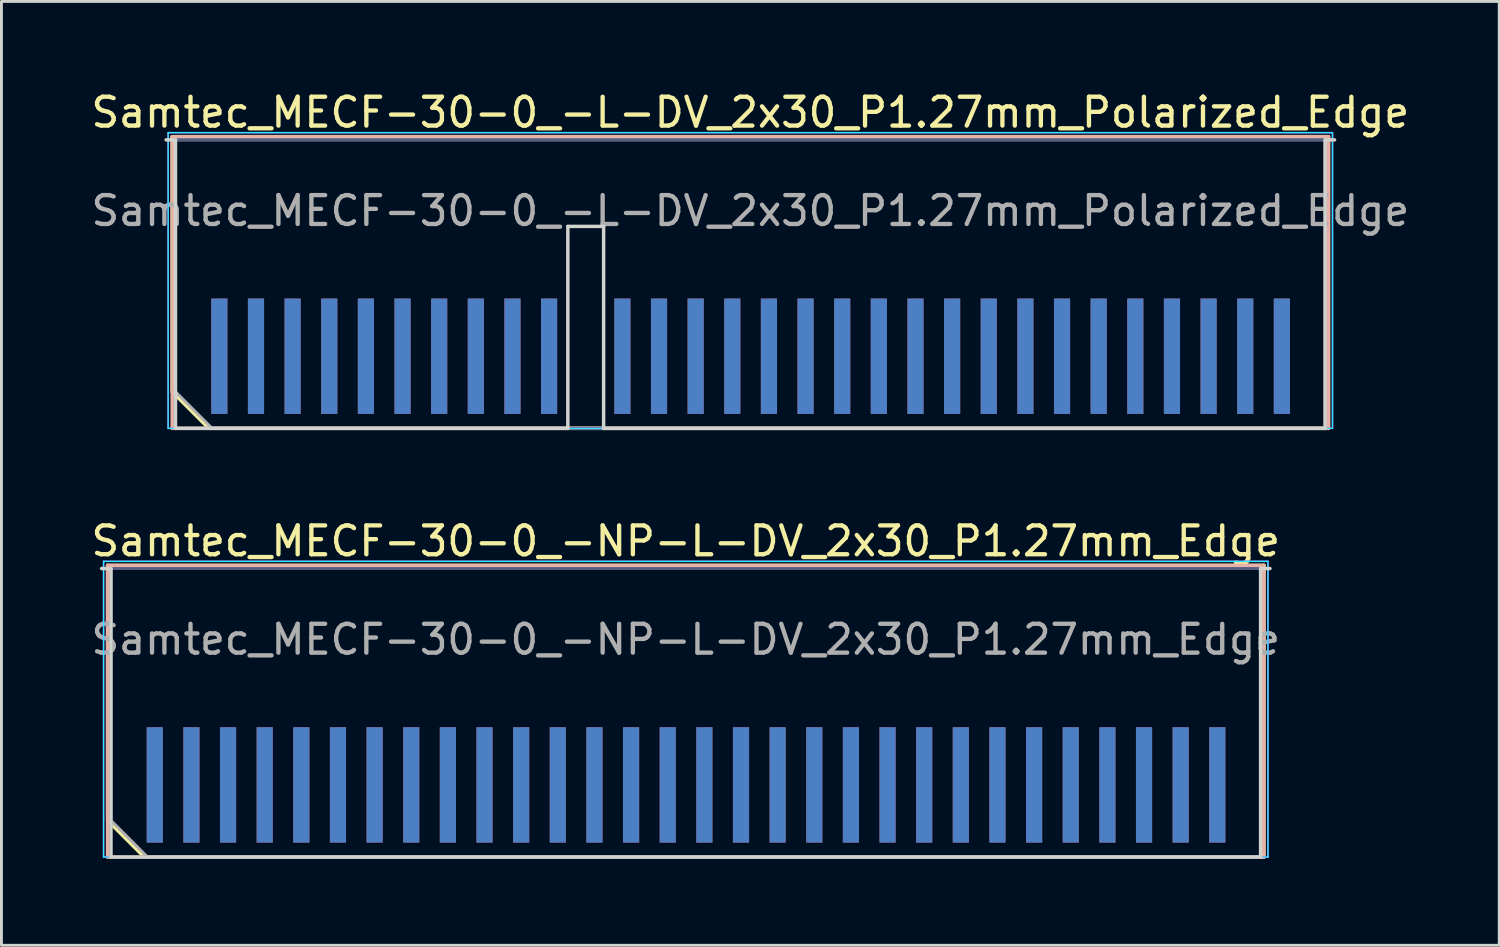
<source format=kicad_pcb>
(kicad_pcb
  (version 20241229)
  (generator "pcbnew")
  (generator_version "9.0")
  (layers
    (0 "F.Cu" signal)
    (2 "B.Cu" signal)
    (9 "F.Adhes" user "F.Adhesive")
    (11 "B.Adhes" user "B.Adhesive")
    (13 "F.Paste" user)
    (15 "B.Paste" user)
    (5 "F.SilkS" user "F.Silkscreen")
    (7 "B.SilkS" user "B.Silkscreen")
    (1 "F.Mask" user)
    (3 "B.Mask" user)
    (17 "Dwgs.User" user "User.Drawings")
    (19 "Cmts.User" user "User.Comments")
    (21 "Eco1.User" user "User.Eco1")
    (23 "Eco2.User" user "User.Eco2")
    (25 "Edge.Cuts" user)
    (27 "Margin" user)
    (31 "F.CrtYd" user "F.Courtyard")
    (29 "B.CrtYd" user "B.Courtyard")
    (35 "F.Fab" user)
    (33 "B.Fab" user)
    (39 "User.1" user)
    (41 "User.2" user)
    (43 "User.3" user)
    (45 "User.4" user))
  (footprint "Samtec_MECF-30-0_-NP-L-DV_2x30_P1.27mm_Edge"
    (layer "F.Cu")
    (at 20.72 21.657)
    (property "Reference" "Samtec_MECF-30-0_-NP-L-DV_2x30_P1.27mm_Edge" (at 0 -5.95 0) (layer "F.SilkS") (effects (font (size 1 1) (thickness 0.15))))
    (attr exclude_from_pos_files exclude_from_bom)
    (fp_line (start -20.04 -5.11) (end 20.04 -5.11) (stroke (width 0.12) (type solid)) (layer "F.SilkS"))
    (fp_line (start -20.04 3.73) (end -20.04 -5.11) (stroke (width 0.12) (type solid)) (layer "F.SilkS"))
    (fp_line (start -18.77 5) (end -20.04 3.73) (stroke (width 0.12) (type solid)) (layer "F.SilkS"))
    (fp_line (start -18.77 5) (end 20.04 5) (stroke (width 0.12) (type solid)) (layer "F.SilkS"))
    (fp_line (start 20.04 5) (end 20.04 -5.11) (stroke (width 0.12) (type solid)) (layer "F.SilkS"))
    (fp_line (start -20.04 -5.11) (end 20.04 -5.11) (stroke (width 0.12) (type solid)) (layer "B.SilkS"))
    (fp_line (start -20.04 5) (end -20.04 -5.11) (stroke (width 0.12) (type solid)) (layer "B.SilkS"))
    (fp_line (start -20.04 5) (end 20.04 5) (stroke (width 0.12) (type solid)) (layer "B.SilkS"))
    (fp_line (start 20.04 5) (end 20.04 -5.11) (stroke (width 0.12) (type solid)) (layer "B.SilkS"))
    (fp_line (start -20.25 -5) (end -19.925 -5) (stroke (width 0.12) (type solid)) (layer "Edge.Cuts"))
    (fp_line (start -19.925 5) (end -19.925 -5) (stroke (width 0.12) (type solid)) (layer "Edge.Cuts"))
    (fp_line (start -19.925 5) (end 19.925 5) (stroke (width 0.12) (type solid)) (layer "Edge.Cuts"))
    (fp_line (start 19.925 5) (end 19.925 -5) (stroke (width 0.12) (type solid)) (layer "Edge.Cuts"))
    (fp_line (start 20.25 -5) (end 19.925 -5) (stroke (width 0.12) (type solid)) (layer "Edge.Cuts"))
    (fp_line (start -20.18 -5.25) (end -20.18 5) (stroke (width 0.05) (type solid)) (layer "B.CrtYd"))
    (fp_line (start -20.18 5) (end 20.18 5) (stroke (width 0.05) (type solid)) (layer "B.CrtYd"))
    (fp_line (start 20.18 -5.25) (end -20.18 -5.25) (stroke (width 0.05) (type solid)) (layer "B.CrtYd"))
    (fp_line (start 20.18 5) (end 20.18 -5.25) (stroke (width 0.05) (type solid)) (layer "B.CrtYd"))
    (fp_line (start -20.18 -5.25) (end -20.18 5) (stroke (width 0.05) (type solid)) (layer "F.CrtYd"))
    (fp_line (start -20.18 5) (end 20.18 5) (stroke (width 0.05) (type solid)) (layer "F.CrtYd"))
    (fp_line (start 20.18 -5.25) (end -20.18 -5.25) (stroke (width 0.05) (type solid)) (layer "F.CrtYd"))
    (fp_line (start 20.18 5) (end 20.18 -5.25) (stroke (width 0.05) (type solid)) (layer "F.CrtYd"))
    (fp_line (start -19.925 -5) (end 19.925 -5) (stroke (width 0.1) (type solid)) (layer "B.Fab"))
    (fp_line (start -19.925 5) (end -19.925 -5) (stroke (width 0.1) (type solid)) (layer "B.Fab"))
    (fp_line (start -19.925 5) (end 19.925 5) (stroke (width 0.1) (type solid)) (layer "B.Fab"))
    (fp_line (start 19.925 5) (end 19.925 -5) (stroke (width 0.1) (type solid)) (layer "B.Fab"))
    (fp_line (start -19.925 -5) (end 19.925 -5) (stroke (width 0.1) (type solid)) (layer "F.Fab"))
    (fp_line (start -19.925 3.73) (end -19.925 -5) (stroke (width 0.1) (type solid)) (layer "F.Fab"))
    (fp_line (start -19.925 3.73) (end -18.655 5) (stroke (width 0.1) (type solid)) (layer "F.Fab"))
    (fp_line (start -18.655 5) (end 19.925 5) (stroke (width 0.1) (type solid)) (layer "F.Fab"))
    (fp_line (start 19.925 5) (end 19.925 -5) (stroke (width 0.1) (type solid)) (layer "F.Fab"))
    (fp_text user "${REFERENCE}" (at 0 -2.54 0) (layer "F.Fab") (effects (font (size 1 1) (thickness 0.15))))
    (pad "1" connect rect (at -18.405 2.5) (size 0.56 4) (layers "F.Cu" "F.Mask"))
    (pad "2" connect rect (at -18.405 2.5) (size 0.56 4) (layers "B.Cu" "B.Mask"))
    (pad "3" connect rect (at -17.135 2.5) (size 0.56 4) (layers "F.Cu" "F.Mask"))
    (pad "4" connect rect (at -17.135 2.5) (size 0.56 4) (layers "B.Cu" "B.Mask"))
    (pad "5" connect rect (at -15.865 2.5) (size 0.56 4) (layers "F.Cu" "F.Mask"))
    (pad "6" connect rect (at -15.865 2.5) (size 0.56 4) (layers "B.Cu" "B.Mask"))
    (pad "7" connect rect (at -14.595 2.5) (size 0.56 4) (layers "F.Cu" "F.Mask"))
    (pad "8" connect rect (at -14.595 2.5) (size 0.56 4) (layers "B.Cu" "B.Mask"))
    (pad "9" connect rect (at -13.325 2.5) (size 0.56 4) (layers "F.Cu" "F.Mask"))
    (pad "10" connect rect (at -13.325 2.5) (size 0.56 4) (layers "B.Cu" "B.Mask"))
    (pad "11" connect rect (at -12.055 2.5) (size 0.56 4) (layers "F.Cu" "F.Mask"))
    (pad "12" connect rect (at -12.055 2.5) (size 0.56 4) (layers "B.Cu" "B.Mask"))
    (pad "13" connect rect (at -10.785 2.5) (size 0.56 4) (layers "F.Cu" "F.Mask"))
    (pad "14" connect rect (at -10.785 2.5) (size 0.56 4) (layers "B.Cu" "B.Mask"))
    (pad "15" connect rect (at -9.515 2.5) (size 0.56 4) (layers "F.Cu" "F.Mask"))
    (pad "16" connect rect (at -9.515 2.5) (size 0.56 4) (layers "B.Cu" "B.Mask"))
    (pad "17" connect rect (at -8.245 2.5) (size 0.56 4) (layers "F.Cu" "F.Mask"))
    (pad "18" connect rect (at -8.245 2.5) (size 0.56 4) (layers "B.Cu" "B.Mask"))
    (pad "19" connect rect (at -6.975 2.5) (size 0.56 4) (layers "F.Cu" "F.Mask"))
    (pad "20" connect rect (at -6.975 2.5) (size 0.56 4) (layers "B.Cu" "B.Mask"))
    (pad "21" connect rect (at -5.705 2.5) (size 0.56 4) (layers "F.Cu" "F.Mask"))
    (pad "22" connect rect (at -5.705 2.5) (size 0.56 4) (layers "B.Cu" "B.Mask"))
    (pad "23" connect rect (at -4.435 2.5) (size 0.56 4) (layers "F.Cu" "F.Mask"))
    (pad "24" connect rect (at -4.435 2.5) (size 0.56 4) (layers "B.Cu" "B.Mask"))
    (pad "25" connect rect (at -3.165 2.5) (size 0.56 4) (layers "F.Cu" "F.Mask"))
    (pad "26" connect rect (at -3.165 2.5) (size 0.56 4) (layers "B.Cu" "B.Mask"))
    (pad "27" connect rect (at -1.895 2.5) (size 0.56 4) (layers "F.Cu" "F.Mask"))
    (pad "28" connect rect (at -1.895 2.5) (size 0.56 4) (layers "B.Cu" "B.Mask"))
    (pad "29" connect rect (at -0.625 2.5) (size 0.56 4) (layers "F.Cu" "F.Mask"))
    (pad "30" connect rect (at -0.625 2.5) (size 0.56 4) (layers "B.Cu" "B.Mask"))
    (pad "31" connect rect (at 0.645 2.5) (size 0.56 4) (layers "F.Cu" "F.Mask"))
    (pad "32" connect rect (at 0.645 2.5) (size 0.56 4) (layers "B.Cu" "B.Mask"))
    (pad "33" connect rect (at 1.915 2.5) (size 0.56 4) (layers "F.Cu" "F.Mask"))
    (pad "34" connect rect (at 1.915 2.5) (size 0.56 4) (layers "B.Cu" "B.Mask"))
    (pad "35" connect rect (at 3.185 2.5) (size 0.56 4) (layers "F.Cu" "F.Mask"))
    (pad "36" connect rect (at 3.185 2.5) (size 0.56 4) (layers "B.Cu" "B.Mask"))
    (pad "37" connect rect (at 4.455 2.5) (size 0.56 4) (layers "F.Cu" "F.Mask"))
    (pad "38" connect rect (at 4.455 2.5) (size 0.56 4) (layers "B.Cu" "B.Mask"))
    (pad "39" connect rect (at 5.725 2.5) (size 0.56 4) (layers "F.Cu" "F.Mask"))
    (pad "40" connect rect (at 5.725 2.5) (size 0.56 4) (layers "B.Cu" "B.Mask"))
    (pad "41" connect rect (at 6.995 2.5) (size 0.56 4) (layers "F.Cu" "F.Mask"))
    (pad "42" connect rect (at 6.995 2.5) (size 0.56 4) (layers "B.Cu" "B.Mask"))
    (pad "43" connect rect (at 8.265 2.5) (size 0.56 4) (layers "F.Cu" "F.Mask"))
    (pad "44" connect rect (at 8.265 2.5) (size 0.56 4) (layers "B.Cu" "B.Mask"))
    (pad "45" connect rect (at 9.535 2.5) (size 0.56 4) (layers "F.Cu" "F.Mask"))
    (pad "46" connect rect (at 9.535 2.5) (size 0.56 4) (layers "B.Cu" "B.Mask"))
    (pad "47" connect rect (at 10.805 2.5) (size 0.56 4) (layers "F.Cu" "F.Mask"))
    (pad "48" connect rect (at 10.805 2.5) (size 0.56 4) (layers "B.Cu" "B.Mask"))
    (pad "49" connect rect (at 12.075 2.5) (size 0.56 4) (layers "F.Cu" "F.Mask"))
    (pad "50" connect rect (at 12.075 2.5) (size 0.56 4) (layers "B.Cu" "B.Mask"))
    (pad "51" connect rect (at 13.345 2.5) (size 0.56 4) (layers "F.Cu" "F.Mask"))
    (pad "52" connect rect (at 13.345 2.5) (size 0.56 4) (layers "B.Cu" "B.Mask"))
    (pad "53" connect rect (at 14.615 2.5) (size 0.56 4) (layers "F.Cu" "F.Mask"))
    (pad "54" connect rect (at 14.615 2.5) (size 0.56 4) (layers "B.Cu" "B.Mask"))
    (pad "55" connect rect (at 15.885 2.5) (size 0.56 4) (layers "F.Cu" "F.Mask"))
    (pad "56" connect rect (at 15.885 2.5) (size 0.56 4) (layers "B.Cu" "B.Mask"))
    (pad "57" connect rect (at 17.155 2.5) (size 0.56 4) (layers "F.Cu" "F.Mask"))
    (pad "58" connect rect (at 17.155 2.5) (size 0.56 4) (layers "B.Cu" "B.Mask"))
    (pad "59" connect rect (at 18.425 2.5) (size 0.56 4) (layers "F.Cu" "F.Mask"))
    (pad "60" connect rect (at 18.425 2.5) (size 0.56 4) (layers "B.Cu" "B.Mask")))
  (footprint "Samtec_MECF-30-0_-L-DV_2x30_P1.27mm_Polarized_Edge"
    (layer "F.Cu")
    (at 22.958 6.798)
    (property "Reference" "Samtec_MECF-30-0_-L-DV_2x30_P1.27mm_Polarized_Edge" (at 0 -5.95 0) (layer "F.SilkS") (effects (font (size 1 1) (thickness 0.15))))
    (attr exclude_from_pos_files exclude_from_bom)
    (fp_line (start -20.04 -5.11) (end 20.04 -5.11) (stroke (width 0.12) (type solid)) (layer "F.SilkS"))
    (fp_line (start -20.04 3.73) (end -20.04 -5.11) (stroke (width 0.12) (type solid)) (layer "F.SilkS"))
    (fp_line (start -18.77 5) (end -20.04 3.73) (stroke (width 0.12) (type solid)) (layer "F.SilkS"))
    (fp_line (start -18.77 5) (end 20.04 5) (stroke (width 0.12) (type solid)) (layer "F.SilkS"))
    (fp_line (start 20.04 5) (end 20.04 -5.11) (stroke (width 0.12) (type solid)) (layer "F.SilkS"))
    (fp_line (start -20.04 -5.11) (end 20.04 -5.11) (stroke (width 0.12) (type solid)) (layer "B.SilkS"))
    (fp_line (start -20.04 5) (end -20.04 -5.11) (stroke (width 0.12) (type solid)) (layer "B.SilkS"))
    (fp_line (start -20.04 5) (end 20.04 5) (stroke (width 0.12) (type solid)) (layer "B.SilkS"))
    (fp_line (start 20.04 5) (end 20.04 -5.11) (stroke (width 0.12) (type solid)) (layer "B.SilkS"))
    (fp_line (start -20.25 -5) (end -19.925 -5) (stroke (width 0.12) (type solid)) (layer "Edge.Cuts"))
    (fp_line (start -19.925 5) (end -19.925 -5) (stroke (width 0.12) (type solid)) (layer "Edge.Cuts"))
    (fp_line (start -19.925 5) (end -6.325 5) (stroke (width 0.12) (type solid)) (layer "Edge.Cuts"))
    (fp_line (start -6.325 -2) (end -5.085 -2) (stroke (width 0.12) (type solid)) (layer "Edge.Cuts"))
    (fp_line (start -6.325 5) (end -6.325 -2) (stroke (width 0.12) (type solid)) (layer "Edge.Cuts"))
    (fp_line (start -5.085 5) (end -5.085 -2) (stroke (width 0.12) (type solid)) (layer "Edge.Cuts"))
    (fp_line (start -5.085 5) (end 19.925 5) (stroke (width 0.12) (type solid)) (layer "Edge.Cuts"))
    (fp_line (start 19.925 5) (end 19.925 -5) (stroke (width 0.12) (type solid)) (layer "Edge.Cuts"))
    (fp_line (start 20.25 -5) (end 19.925 -5) (stroke (width 0.12) (type solid)) (layer "Edge.Cuts"))
    (fp_line (start -20.18 -5.25) (end -20.18 5) (stroke (width 0.05) (type solid)) (layer "B.CrtYd"))
    (fp_line (start -20.18 5) (end 20.18 5) (stroke (width 0.05) (type solid)) (layer "B.CrtYd"))
    (fp_line (start 20.18 -5.25) (end -20.18 -5.25) (stroke (width 0.05) (type solid)) (layer "B.CrtYd"))
    (fp_line (start 20.18 5) (end 20.18 -5.25) (stroke (width 0.05) (type solid)) (layer "B.CrtYd"))
    (fp_line (start -20.18 -5.25) (end -20.18 5) (stroke (width 0.05) (type solid)) (layer "F.CrtYd"))
    (fp_line (start -20.18 5) (end 20.18 5) (stroke (width 0.05) (type solid)) (layer "F.CrtYd"))
    (fp_line (start 20.18 -5.25) (end -20.18 -5.25) (stroke (width 0.05) (type solid)) (layer "F.CrtYd"))
    (fp_line (start 20.18 5) (end 20.18 -5.25) (stroke (width 0.05) (type solid)) (layer "F.CrtYd"))
    (fp_line (start -19.925 -5) (end 19.925 -5) (stroke (width 0.1) (type solid)) (layer "B.Fab"))
    (fp_line (start -19.925 5) (end -19.925 -5) (stroke (width 0.1) (type solid)) (layer "B.Fab"))
    (fp_line (start -19.925 5) (end 19.925 5) (stroke (width 0.1) (type solid)) (layer "B.Fab"))
    (fp_line (start 19.925 5) (end 19.925 -5) (stroke (width 0.1) (type solid)) (layer "B.Fab"))
    (fp_line (start -19.925 -5) (end 19.925 -5) (stroke (width 0.1) (type solid)) (layer "F.Fab"))
    (fp_line (start -19.925 3.73) (end -19.925 -5) (stroke (width 0.1) (type solid)) (layer "F.Fab"))
    (fp_line (start -19.925 3.73) (end -18.655 5) (stroke (width 0.1) (type solid)) (layer "F.Fab"))
    (fp_line (start -18.655 5) (end 19.925 5) (stroke (width 0.1) (type solid)) (layer "F.Fab"))
    (fp_line (start 19.925 5) (end 19.925 -5) (stroke (width 0.1) (type solid)) (layer "F.Fab"))
    (fp_text user "${REFERENCE}" (at 0 -2.54 0) (layer "F.Fab") (effects (font (size 1 1) (thickness 0.15))))
    (pad "1" connect rect (at -18.405 2.5) (size 0.56 4) (layers "F.Cu" "F.Mask"))
    (pad "2" connect rect (at -18.405 2.5) (size 0.56 4) (layers "B.Cu" "B.Mask"))
    (pad "3" connect rect (at -17.135 2.5) (size 0.56 4) (layers "F.Cu" "F.Mask"))
    (pad "4" connect rect (at -17.135 2.5) (size 0.56 4) (layers "B.Cu" "B.Mask"))
    (pad "5" connect rect (at -15.865 2.5) (size 0.56 4) (layers "F.Cu" "F.Mask"))
    (pad "6" connect rect (at -15.865 2.5) (size 0.56 4) (layers "B.Cu" "B.Mask"))
    (pad "7" connect rect (at -14.595 2.5) (size 0.56 4) (layers "F.Cu" "F.Mask"))
    (pad "8" connect rect (at -14.595 2.5) (size 0.56 4) (layers "B.Cu" "B.Mask"))
    (pad "9" connect rect (at -13.325 2.5) (size 0.56 4) (layers "F.Cu" "F.Mask"))
    (pad "10" connect rect (at -13.325 2.5) (size 0.56 4) (layers "B.Cu" "B.Mask"))
    (pad "11" connect rect (at -12.055 2.5) (size 0.56 4) (layers "F.Cu" "F.Mask"))
    (pad "12" connect rect (at -12.055 2.5) (size 0.56 4) (layers "B.Cu" "B.Mask"))
    (pad "13" connect rect (at -10.785 2.5) (size 0.56 4) (layers "F.Cu" "F.Mask"))
    (pad "14" connect rect (at -10.785 2.5) (size 0.56 4) (layers "B.Cu" "B.Mask"))
    (pad "15" connect rect (at -9.515 2.5) (size 0.56 4) (layers "F.Cu" "F.Mask"))
    (pad "16" connect rect (at -9.515 2.5) (size 0.56 4) (layers "B.Cu" "B.Mask"))
    (pad "17" connect rect (at -8.245 2.5) (size 0.56 4) (layers "F.Cu" "F.Mask"))
    (pad "18" connect rect (at -8.245 2.5) (size 0.56 4) (layers "B.Cu" "B.Mask"))
    (pad "19" connect rect (at -6.975 2.5) (size 0.56 4) (layers "F.Cu" "F.Mask"))
    (pad "20" connect rect (at -6.975 2.5) (size 0.56 4) (layers "B.Cu" "B.Mask"))
    (pad "23" connect rect (at -4.435 2.5) (size 0.56 4) (layers "F.Cu" "F.Mask"))
    (pad "24" connect rect (at -4.435 2.5) (size 0.56 4) (layers "B.Cu" "B.Mask"))
    (pad "25" connect rect (at -3.165 2.5) (size 0.56 4) (layers "F.Cu" "F.Mask"))
    (pad "26" connect rect (at -3.165 2.5) (size 0.56 4) (layers "B.Cu" "B.Mask"))
    (pad "27" connect rect (at -1.895 2.5) (size 0.56 4) (layers "F.Cu" "F.Mask"))
    (pad "28" connect rect (at -1.895 2.5) (size 0.56 4) (layers "B.Cu" "B.Mask"))
    (pad "29" connect rect (at -0.625 2.5) (size 0.56 4) (layers "F.Cu" "F.Mask"))
    (pad "30" connect rect (at -0.625 2.5) (size 0.56 4) (layers "B.Cu" "B.Mask"))
    (pad "31" connect rect (at 0.645 2.5) (size 0.56 4) (layers "F.Cu" "F.Mask"))
    (pad "32" connect rect (at 0.645 2.5) (size 0.56 4) (layers "B.Cu" "B.Mask"))
    (pad "33" connect rect (at 1.915 2.5) (size 0.56 4) (layers "F.Cu" "F.Mask"))
    (pad "34" connect rect (at 1.915 2.5) (size 0.56 4) (layers "B.Cu" "B.Mask"))
    (pad "35" connect rect (at 3.185 2.5) (size 0.56 4) (layers "F.Cu" "F.Mask"))
    (pad "36" connect rect (at 3.185 2.5) (size 0.56 4) (layers "B.Cu" "B.Mask"))
    (pad "37" connect rect (at 4.455 2.5) (size 0.56 4) (layers "F.Cu" "F.Mask"))
    (pad "38" connect rect (at 4.455 2.5) (size 0.56 4) (layers "B.Cu" "B.Mask"))
    (pad "39" connect rect (at 5.725 2.5) (size 0.56 4) (layers "F.Cu" "F.Mask"))
    (pad "40" connect rect (at 5.725 2.5) (size 0.56 4) (layers "B.Cu" "B.Mask"))
    (pad "41" connect rect (at 6.995 2.5) (size 0.56 4) (layers "F.Cu" "F.Mask"))
    (pad "42" connect rect (at 6.995 2.5) (size 0.56 4) (layers "B.Cu" "B.Mask"))
    (pad "43" connect rect (at 8.265 2.5) (size 0.56 4) (layers "F.Cu" "F.Mask"))
    (pad "44" connect rect (at 8.265 2.5) (size 0.56 4) (layers "B.Cu" "B.Mask"))
    (pad "45" connect rect (at 9.535 2.5) (size 0.56 4) (layers "F.Cu" "F.Mask"))
    (pad "46" connect rect (at 9.535 2.5) (size 0.56 4) (layers "B.Cu" "B.Mask"))
    (pad "47" connect rect (at 10.805 2.5) (size 0.56 4) (layers "F.Cu" "F.Mask"))
    (pad "48" connect rect (at 10.805 2.5) (size 0.56 4) (layers "B.Cu" "B.Mask"))
    (pad "49" connect rect (at 12.075 2.5) (size 0.56 4) (layers "F.Cu" "F.Mask"))
    (pad "50" connect rect (at 12.075 2.5) (size 0.56 4) (layers "B.Cu" "B.Mask"))
    (pad "51" connect rect (at 13.345 2.5) (size 0.56 4) (layers "F.Cu" "F.Mask"))
    (pad "52" connect rect (at 13.345 2.5) (size 0.56 4) (layers "B.Cu" "B.Mask"))
    (pad "53" connect rect (at 14.615 2.5) (size 0.56 4) (layers "F.Cu" "F.Mask"))
    (pad "54" connect rect (at 14.615 2.5) (size 0.56 4) (layers "B.Cu" "B.Mask"))
    (pad "55" connect rect (at 15.885 2.5) (size 0.56 4) (layers "F.Cu" "F.Mask"))
    (pad "56" connect rect (at 15.885 2.5) (size 0.56 4) (layers "B.Cu" "B.Mask"))
    (pad "57" connect rect (at 17.155 2.5) (size 0.56 4) (layers "F.Cu" "F.Mask"))
    (pad "58" connect rect (at 17.155 2.5) (size 0.56 4) (layers "B.Cu" "B.Mask"))
    (pad "59" connect rect (at 18.425 2.5) (size 0.56 4) (layers "F.Cu" "F.Mask"))
    (pad "60" connect rect (at 18.425 2.5) (size 0.56 4) (layers "B.Cu" "B.Mask")))
  (gr_rect
    (start -3 -3)
    (end 48.917 29.716)
    (stroke (width 0.1) (type default))
    (fill no)
    (layer "Edge.Cuts")))
</source>
